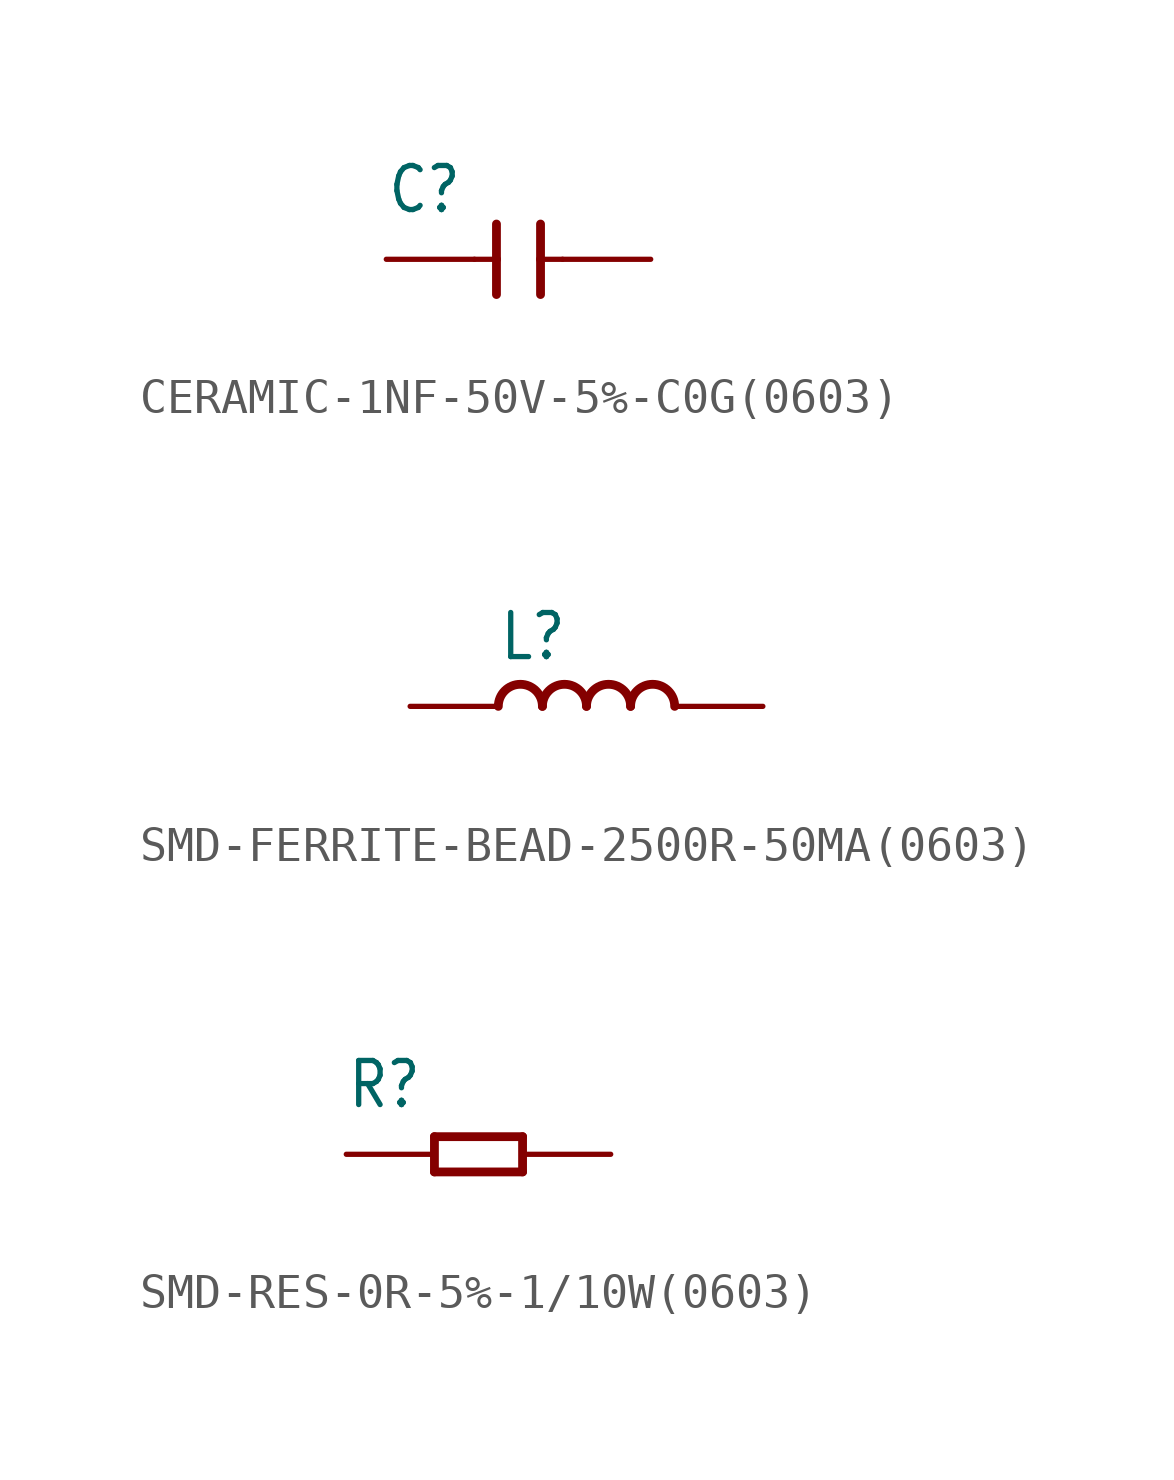
<source format=kicad_sym>
(kicad_symbol_lib
  (version 20241209)
  (generator "kicad_symbol_editor")
  (generator_version "9.0")
  (symbol "CERAMIC-1NF-50V-5%-C0G(0603)"
    (property "Reference" "C"
      (at -3.81 1.27 0)
      (effects (font (size 1.27 1.079)) (justify left bottom)))
    (property "Value" ""
      (at -3.81 -2.54 0)
      (effects (font (size 1.27 1.079)) (justify left bottom)))
    (property "ki_locked" ""
      (at 0 0 0)
      (effects (font (size 1.27 1.27))))
    (symbol "CERAMIC-1NF-50V-5%-C0G(0603)_1_0"
      (polyline (pts (xy -1.27 0) (xy -0.635 0)) (stroke (width 0.152) (type solid)) (fill (type none)))
      (polyline (pts (xy -0.635 0) (xy -0.635 1.016)) (stroke (width 0.254) (type solid)) (fill (type none)))
      (polyline (pts (xy -0.635 -1.016) (xy -0.635 0)) (stroke (width 0.254) (type solid)) (fill (type none)))
      (polyline (pts (xy 0.635 1.016) (xy 0.635 0)) (stroke (width 0.254) (type solid)) (fill (type none)))
      (polyline (pts (xy 0.635 0) (xy 0.635 -1.016)) (stroke (width 0.254) (type solid)) (fill (type none)))
      (polyline (pts (xy 0.635 0) (xy 1.27 0)) (stroke (width 0.152) (type solid)) (fill (type none)))
      (pin passive line (at -3.81 0 0) (length 2.54) (name "1" (effects (font (size 0 0)))) (number "1" (effects (font (size 0 0)))))
      (pin passive line (at 3.81 0 180) (length 2.54) (name "2" (effects (font (size 0 0)))) (number "2" (effects (font (size 0 0)))))))
  (symbol "SMD-FERRITE-BEAD-2500R-50MA(0603)"
    (property "Reference" "L"
      (at -2.54 1.27 0)
      (effects (font (size 1.27 1.079)) (justify left bottom)))
    (property "Value" ""
      (at -2.54 -2.54 0)
      (effects (font (size 1.27 1.079)) (justify left bottom)))
    (property "ki_locked" ""
      (at 0 0 0)
      (effects (font (size 1.27 1.27))))
    (symbol "SMD-FERRITE-BEAD-2500R-50MA(0603)_1_0"
      (arc (start -2.54 0) (mid -1.905 0.635) (end -1.27 0) (stroke (width 0.254) (type solid)) (fill (type none)))
      (arc (start -1.27 0) (mid -0.635 0.635) (end 0 0) (stroke (width 0.254) (type solid)) (fill (type none)))
      (arc (start 0 0) (mid 0.635 0.635) (end 1.27 0) (stroke (width 0.254) (type solid)) (fill (type none)))
      (arc (start 1.27 0) (mid 1.905 0.635) (end 2.54 0) (stroke (width 0.254) (type solid)) (fill (type none)))
      (pin passive line (at -5.08 0 0) (length 2.54) (name "1" (effects (font (size 0 0)))) (number "1" (effects (font (size 0 0)))))
      (pin passive line (at 5.08 0 180) (length 2.54) (name "2" (effects (font (size 0 0)))) (number "2" (effects (font (size 0 0)))))))
  (symbol "SMD-RES-0R-5%-1/10W(0603)"
    (property "Reference" "R"
      (at -3.81 1.27 0)
      (effects (font (size 1.27 1.079)) (justify left bottom)))
    (property "Value" ""
      (at -3.81 -2.54 0)
      (effects (font (size 1.27 1.079)) (justify left bottom)))
    (property "ki_locked" ""
      (at 0 0 0)
      (effects (font (size 1.27 1.27))))
    (symbol "SMD-RES-0R-5%-1/10W(0603)_1_0"
      (polyline (pts (xy -1.27 0.508) (xy 1.27 0.508)) (stroke (width 0.254) (type solid)) (fill (type none)))
      (polyline (pts (xy -1.27 -0.508) (xy -1.27 0.508)) (stroke (width 0.254) (type solid)) (fill (type none)))
      (polyline (pts (xy 1.27 0.508) (xy 1.27 -0.508)) (stroke (width 0.254) (type solid)) (fill (type none)))
      (polyline (pts (xy 1.27 -0.508) (xy -1.27 -0.508)) (stroke (width 0.254) (type solid)) (fill (type none)))
      (pin passive line (at -3.81 0 0) (length 2.54) (name "1" (effects (font (size 0 0)))) (number "1" (effects (font (size 0 0)))))
      (pin passive line (at 3.81 0 180) (length 2.54) (name "2" (effects (font (size 0 0)))) (number "2" (effects (font (size 0 0))))))))
</source>
